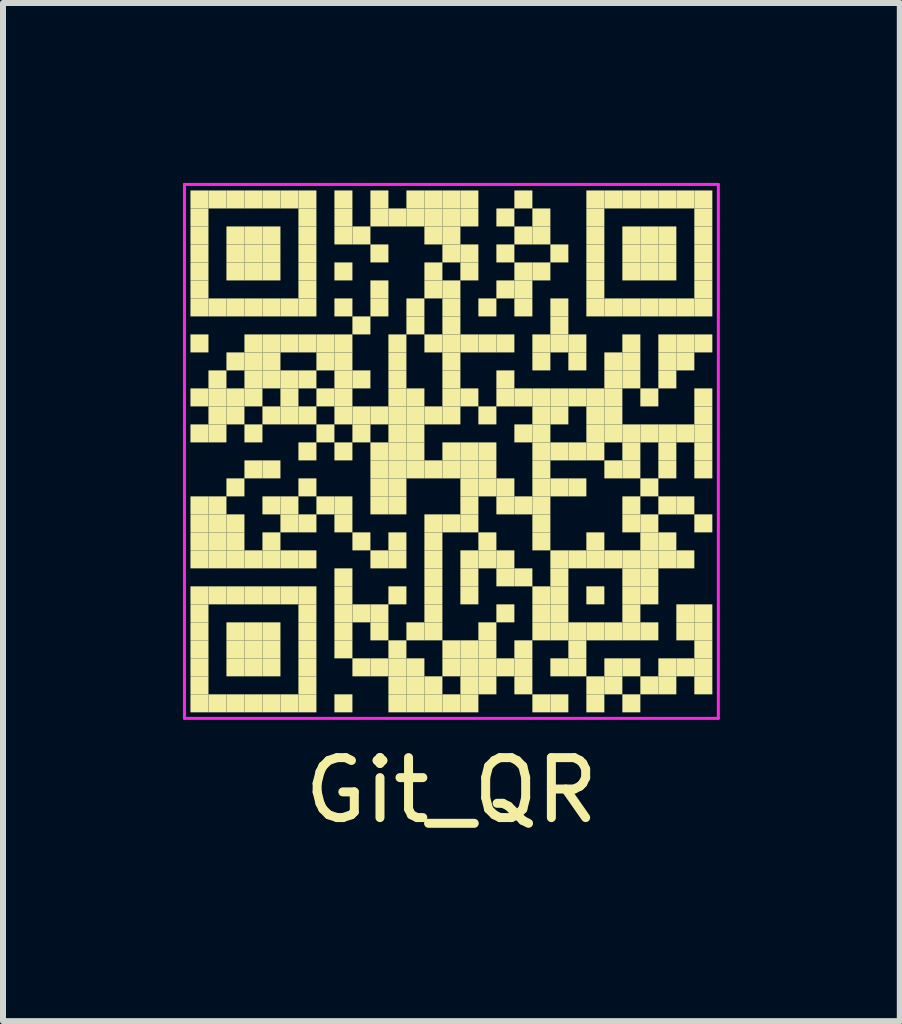
<source format=kicad_pcb>
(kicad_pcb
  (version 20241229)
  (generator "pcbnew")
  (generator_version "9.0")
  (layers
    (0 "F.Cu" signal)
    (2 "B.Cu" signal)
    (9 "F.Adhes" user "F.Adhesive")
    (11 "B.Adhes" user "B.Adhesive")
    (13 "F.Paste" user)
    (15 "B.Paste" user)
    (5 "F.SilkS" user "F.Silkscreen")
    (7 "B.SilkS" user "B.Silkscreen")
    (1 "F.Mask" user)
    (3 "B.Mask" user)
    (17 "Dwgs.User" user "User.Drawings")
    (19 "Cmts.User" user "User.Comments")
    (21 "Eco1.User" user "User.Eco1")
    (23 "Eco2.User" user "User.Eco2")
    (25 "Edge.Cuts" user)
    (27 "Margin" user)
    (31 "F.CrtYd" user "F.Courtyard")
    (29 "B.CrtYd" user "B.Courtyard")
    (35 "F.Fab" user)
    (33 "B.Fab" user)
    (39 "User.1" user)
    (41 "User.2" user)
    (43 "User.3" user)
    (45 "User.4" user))
  (footprint "Git_QR"
    (layer "F.Cu")
    (at 4.475 4.475)
    (property "Reference" "Git_QR" (at 0 5.65 0) (layer "F.SilkS") (effects (font (size 1 1) (thickness 0.15))))
    (attr board_only)
    (fp_rect (start -4.35 -4.35) (end -4.05 -4.05) (stroke (width 0) (type default)) (fill yes) (layer "F.SilkS"))
    (fp_rect (start -4.35 -4.05) (end -4.05 -3.75) (stroke (width 0) (type default)) (fill yes) (layer "F.SilkS"))
    (fp_rect (start -4.35 -3.75) (end -4.05 -3.45) (stroke (width 0) (type default)) (fill yes) (layer "F.SilkS"))
    (fp_rect (start -4.35 -3.45) (end -4.05 -3.15) (stroke (width 0) (type default)) (fill yes) (layer "F.SilkS"))
    (fp_rect (start -4.35 -3.15) (end -4.05 -2.85) (stroke (width 0) (type default)) (fill yes) (layer "F.SilkS"))
    (fp_rect (start -4.35 -2.85) (end -4.05 -2.55) (stroke (width 0) (type default)) (fill yes) (layer "F.SilkS"))
    (fp_rect (start -4.35 -2.55) (end -4.05 -2.25) (stroke (width 0) (type default)) (fill yes) (layer "F.SilkS"))
    (fp_rect (start -4.35 -1.95) (end -4.05 -1.65) (stroke (width 0) (type default)) (fill yes) (layer "F.SilkS"))
    (fp_rect (start -4.35 -1.05) (end -4.05 -0.75) (stroke (width 0) (type default)) (fill yes) (layer "F.SilkS"))
    (fp_rect (start -4.35 -0.45) (end -4.05 -0.15) (stroke (width 0) (type default)) (fill yes) (layer "F.SilkS"))
    (fp_rect (start -4.35 0.75) (end -4.05 1.05) (stroke (width 0) (type default)) (fill yes) (layer "F.SilkS"))
    (fp_rect (start -4.35 1.05) (end -4.05 1.35) (stroke (width 0) (type default)) (fill yes) (layer "F.SilkS"))
    (fp_rect (start -4.35 1.35) (end -4.05 1.65) (stroke (width 0) (type default)) (fill yes) (layer "F.SilkS"))
    (fp_rect (start -4.35 1.65) (end -4.05 1.95) (stroke (width 0) (type default)) (fill yes) (layer "F.SilkS"))
    (fp_rect (start -4.35 2.25) (end -4.05 2.55) (stroke (width 0) (type default)) (fill yes) (layer "F.SilkS"))
    (fp_rect (start -4.35 2.55) (end -4.05 2.85) (stroke (width 0) (type default)) (fill yes) (layer "F.SilkS"))
    (fp_rect (start -4.35 2.85) (end -4.05 3.15) (stroke (width 0) (type default)) (fill yes) (layer "F.SilkS"))
    (fp_rect (start -4.35 3.15) (end -4.05 3.45) (stroke (width 0) (type default)) (fill yes) (layer "F.SilkS"))
    (fp_rect (start -4.35 3.45) (end -4.05 3.75) (stroke (width 0) (type default)) (fill yes) (layer "F.SilkS"))
    (fp_rect (start -4.35 3.75) (end -4.05 4.05) (stroke (width 0) (type default)) (fill yes) (layer "F.SilkS"))
    (fp_rect (start -4.35 4.05) (end -4.05 4.35) (stroke (width 0) (type default)) (fill yes) (layer "F.SilkS"))
    (fp_rect (start -4.05 -4.35) (end -3.75 -4.05) (stroke (width 0) (type default)) (fill yes) (layer "F.SilkS"))
    (fp_rect (start -4.05 -2.55) (end -3.75 -2.25) (stroke (width 0) (type default)) (fill yes) (layer "F.SilkS"))
    (fp_rect (start -4.05 -1.35) (end -3.75 -1.05) (stroke (width 0) (type default)) (fill yes) (layer "F.SilkS"))
    (fp_rect (start -4.05 -1.05) (end -3.75 -0.75) (stroke (width 0) (type default)) (fill yes) (layer "F.SilkS"))
    (fp_rect (start -4.05 -0.75) (end -3.75 -0.45) (stroke (width 0) (type default)) (fill yes) (layer "F.SilkS"))
    (fp_rect (start -4.05 -0.45) (end -3.75 -0.15) (stroke (width 0) (type default)) (fill yes) (layer "F.SilkS"))
    (fp_rect (start -4.05 0.75) (end -3.75 1.05) (stroke (width 0) (type default)) (fill yes) (layer "F.SilkS"))
    (fp_rect (start -4.05 1.05) (end -3.75 1.35) (stroke (width 0) (type default)) (fill yes) (layer "F.SilkS"))
    (fp_rect (start -4.05 1.35) (end -3.75 1.65) (stroke (width 0) (type default)) (fill yes) (layer "F.SilkS"))
    (fp_rect (start -4.05 1.65) (end -3.75 1.95) (stroke (width 0) (type default)) (fill yes) (layer "F.SilkS"))
    (fp_rect (start -4.05 2.25) (end -3.75 2.55) (stroke (width 0) (type default)) (fill yes) (layer "F.SilkS"))
    (fp_rect (start -4.05 4.05) (end -3.75 4.35) (stroke (width 0) (type default)) (fill yes) (layer "F.SilkS"))
    (fp_rect (start -3.75 -4.35) (end -3.45 -4.05) (stroke (width 0) (type default)) (fill yes) (layer "F.SilkS"))
    (fp_rect (start -3.75 -3.75) (end -3.45 -3.45) (stroke (width 0) (type default)) (fill yes) (layer "F.SilkS"))
    (fp_rect (start -3.75 -3.45) (end -3.45 -3.15) (stroke (width 0) (type default)) (fill yes) (layer "F.SilkS"))
    (fp_rect (start -3.75 -3.15) (end -3.45 -2.85) (stroke (width 0) (type default)) (fill yes) (layer "F.SilkS"))
    (fp_rect (start -3.75 -2.55) (end -3.45 -2.25) (stroke (width 0) (type default)) (fill yes) (layer "F.SilkS"))
    (fp_rect (start -3.75 -1.65) (end -3.45 -1.35) (stroke (width 0) (type default)) (fill yes) (layer "F.SilkS"))
    (fp_rect (start -3.75 -1.05) (end -3.45 -0.75) (stroke (width 0) (type default)) (fill yes) (layer "F.SilkS"))
    (fp_rect (start -3.75 -0.75) (end -3.45 -0.45) (stroke (width 0) (type default)) (fill yes) (layer "F.SilkS"))
    (fp_rect (start -3.75 0.45) (end -3.45 0.75) (stroke (width 0) (type default)) (fill yes) (layer "F.SilkS"))
    (fp_rect (start -3.75 1.05) (end -3.45 1.35) (stroke (width 0) (type default)) (fill yes) (layer "F.SilkS"))
    (fp_rect (start -3.75 1.35) (end -3.45 1.65) (stroke (width 0) (type default)) (fill yes) (layer "F.SilkS"))
    (fp_rect (start -3.75 1.65) (end -3.45 1.95) (stroke (width 0) (type default)) (fill yes) (layer "F.SilkS"))
    (fp_rect (start -3.75 2.25) (end -3.45 2.55) (stroke (width 0) (type default)) (fill yes) (layer "F.SilkS"))
    (fp_rect (start -3.75 2.85) (end -3.45 3.15) (stroke (width 0) (type default)) (fill yes) (layer "F.SilkS"))
    (fp_rect (start -3.75 3.15) (end -3.45 3.45) (stroke (width 0) (type default)) (fill yes) (layer "F.SilkS"))
    (fp_rect (start -3.75 3.45) (end -3.45 3.75) (stroke (width 0) (type default)) (fill yes) (layer "F.SilkS"))
    (fp_rect (start -3.75 4.05) (end -3.45 4.35) (stroke (width 0) (type default)) (fill yes) (layer "F.SilkS"))
    (fp_rect (start -3.45 -4.35) (end -3.15 -4.05) (stroke (width 0) (type default)) (fill yes) (layer "F.SilkS"))
    (fp_rect (start -3.45 -3.75) (end -3.15 -3.45) (stroke (width 0) (type default)) (fill yes) (layer "F.SilkS"))
    (fp_rect (start -3.45 -3.45) (end -3.15 -3.15) (stroke (width 0) (type default)) (fill yes) (layer "F.SilkS"))
    (fp_rect (start -3.45 -3.15) (end -3.15 -2.85) (stroke (width 0) (type default)) (fill yes) (layer "F.SilkS"))
    (fp_rect (start -3.45 -2.55) (end -3.15 -2.25) (stroke (width 0) (type default)) (fill yes) (layer "F.SilkS"))
    (fp_rect (start -3.45 -1.95) (end -3.15 -1.65) (stroke (width 0) (type default)) (fill yes) (layer "F.SilkS"))
    (fp_rect (start -3.45 -1.65) (end -3.15 -1.35) (stroke (width 0) (type default)) (fill yes) (layer "F.SilkS"))
    (fp_rect (start -3.45 -1.35) (end -3.15 -1.05) (stroke (width 0) (type default)) (fill yes) (layer "F.SilkS"))
    (fp_rect (start -3.45 -1.05) (end -3.15 -0.75) (stroke (width 0) (type default)) (fill yes) (layer "F.SilkS"))
    (fp_rect (start -3.45 -0.45) (end -3.15 -0.15) (stroke (width 0) (type default)) (fill yes) (layer "F.SilkS"))
    (fp_rect (start -3.45 0.15) (end -3.15 0.45) (stroke (width 0) (type default)) (fill yes) (layer "F.SilkS"))
    (fp_rect (start -3.45 1.65) (end -3.15 1.95) (stroke (width 0) (type default)) (fill yes) (layer "F.SilkS"))
    (fp_rect (start -3.45 2.25) (end -3.15 2.55) (stroke (width 0) (type default)) (fill yes) (layer "F.SilkS"))
    (fp_rect (start -3.45 2.85) (end -3.15 3.15) (stroke (width 0) (type default)) (fill yes) (layer "F.SilkS"))
    (fp_rect (start -3.45 3.15) (end -3.15 3.45) (stroke (width 0) (type default)) (fill yes) (layer "F.SilkS"))
    (fp_rect (start -3.45 3.45) (end -3.15 3.75) (stroke (width 0) (type default)) (fill yes) (layer "F.SilkS"))
    (fp_rect (start -3.45 4.05) (end -3.15 4.35) (stroke (width 0) (type default)) (fill yes) (layer "F.SilkS"))
    (fp_rect (start -3.15 -4.35) (end -2.85 -4.05) (stroke (width 0) (type default)) (fill yes) (layer "F.SilkS"))
    (fp_rect (start -3.15 -3.75) (end -2.85 -3.45) (stroke (width 0) (type default)) (fill yes) (layer "F.SilkS"))
    (fp_rect (start -3.15 -3.45) (end -2.85 -3.15) (stroke (width 0) (type default)) (fill yes) (layer "F.SilkS"))
    (fp_rect (start -3.15 -3.15) (end -2.85 -2.85) (stroke (width 0) (type default)) (fill yes) (layer "F.SilkS"))
    (fp_rect (start -3.15 -2.55) (end -2.85 -2.25) (stroke (width 0) (type default)) (fill yes) (layer "F.SilkS"))
    (fp_rect (start -3.15 -1.95) (end -2.85 -1.65) (stroke (width 0) (type default)) (fill yes) (layer "F.SilkS"))
    (fp_rect (start -3.15 -1.65) (end -2.85 -1.35) (stroke (width 0) (type default)) (fill yes) (layer "F.SilkS"))
    (fp_rect (start -3.15 -1.35) (end -2.85 -1.05) (stroke (width 0) (type default)) (fill yes) (layer "F.SilkS"))
    (fp_rect (start -3.15 -0.75) (end -2.85 -0.45) (stroke (width 0) (type default)) (fill yes) (layer "F.SilkS"))
    (fp_rect (start -3.15 0.15) (end -2.85 0.45) (stroke (width 0) (type default)) (fill yes) (layer "F.SilkS"))
    (fp_rect (start -3.15 0.75) (end -2.85 1.05) (stroke (width 0) (type default)) (fill yes) (layer "F.SilkS"))
    (fp_rect (start -3.15 1.35) (end -2.85 1.65) (stroke (width 0) (type default)) (fill yes) (layer "F.SilkS"))
    (fp_rect (start -3.15 1.65) (end -2.85 1.95) (stroke (width 0) (type default)) (fill yes) (layer "F.SilkS"))
    (fp_rect (start -3.15 2.25) (end -2.85 2.55) (stroke (width 0) (type default)) (fill yes) (layer "F.SilkS"))
    (fp_rect (start -3.15 2.85) (end -2.85 3.15) (stroke (width 0) (type default)) (fill yes) (layer "F.SilkS"))
    (fp_rect (start -3.15 3.15) (end -2.85 3.45) (stroke (width 0) (type default)) (fill yes) (layer "F.SilkS"))
    (fp_rect (start -3.15 3.45) (end -2.85 3.75) (stroke (width 0) (type default)) (fill yes) (layer "F.SilkS"))
    (fp_rect (start -3.15 4.05) (end -2.85 4.35) (stroke (width 0) (type default)) (fill yes) (layer "F.SilkS"))
    (fp_rect (start -2.85 -4.35) (end -2.55 -4.05) (stroke (width 0) (type default)) (fill yes) (layer "F.SilkS"))
    (fp_rect (start -2.85 -2.55) (end -2.55 -2.25) (stroke (width 0) (type default)) (fill yes) (layer "F.SilkS"))
    (fp_rect (start -2.85 -1.95) (end -2.55 -1.65) (stroke (width 0) (type default)) (fill yes) (layer "F.SilkS"))
    (fp_rect (start -2.85 -1.35) (end -2.55 -1.05) (stroke (width 0) (type default)) (fill yes) (layer "F.SilkS"))
    (fp_rect (start -2.85 -1.05) (end -2.55 -0.75) (stroke (width 0) (type default)) (fill yes) (layer "F.SilkS"))
    (fp_rect (start -2.85 -0.75) (end -2.55 -0.45) (stroke (width 0) (type default)) (fill yes) (layer "F.SilkS"))
    (fp_rect (start -2.85 0.75) (end -2.55 1.05) (stroke (width 0) (type default)) (fill yes) (layer "F.SilkS"))
    (fp_rect (start -2.85 1.05) (end -2.55 1.35) (stroke (width 0) (type default)) (fill yes) (layer "F.SilkS"))
    (fp_rect (start -2.85 1.65) (end -2.55 1.95) (stroke (width 0) (type default)) (fill yes) (layer "F.SilkS"))
    (fp_rect (start -2.85 2.25) (end -2.55 2.55) (stroke (width 0) (type default)) (fill yes) (layer "F.SilkS"))
    (fp_rect (start -2.85 4.05) (end -2.55 4.35) (stroke (width 0) (type default)) (fill yes) (layer "F.SilkS"))
    (fp_rect (start -2.55 -4.35) (end -2.25 -4.05) (stroke (width 0) (type default)) (fill yes) (layer "F.SilkS"))
    (fp_rect (start -2.55 -4.05) (end -2.25 -3.75) (stroke (width 0) (type default)) (fill yes) (layer "F.SilkS"))
    (fp_rect (start -2.55 -3.75) (end -2.25 -3.45) (stroke (width 0) (type default)) (fill yes) (layer "F.SilkS"))
    (fp_rect (start -2.55 -3.45) (end -2.25 -3.15) (stroke (width 0) (type default)) (fill yes) (layer "F.SilkS"))
    (fp_rect (start -2.55 -3.15) (end -2.25 -2.85) (stroke (width 0) (type default)) (fill yes) (layer "F.SilkS"))
    (fp_rect (start -2.55 -2.85) (end -2.25 -2.55) (stroke (width 0) (type default)) (fill yes) (layer "F.SilkS"))
    (fp_rect (start -2.55 -2.55) (end -2.25 -2.25) (stroke (width 0) (type default)) (fill yes) (layer "F.SilkS"))
    (fp_rect (start -2.55 -1.95) (end -2.25 -1.65) (stroke (width 0) (type default)) (fill yes) (layer "F.SilkS"))
    (fp_rect (start -2.55 -1.35) (end -2.25 -1.05) (stroke (width 0) (type default)) (fill yes) (layer "F.SilkS"))
    (fp_rect (start -2.55 -0.75) (end -2.25 -0.45) (stroke (width 0) (type default)) (fill yes) (layer "F.SilkS"))
    (fp_rect (start -2.55 -0.15) (end -2.25 0.15) (stroke (width 0) (type default)) (fill yes) (layer "F.SilkS"))
    (fp_rect (start -2.55 0.45) (end -2.25 0.75) (stroke (width 0) (type default)) (fill yes) (layer "F.SilkS"))
    (fp_rect (start -2.55 1.05) (end -2.25 1.35) (stroke (width 0) (type default)) (fill yes) (layer "F.SilkS"))
    (fp_rect (start -2.55 1.65) (end -2.25 1.95) (stroke (width 0) (type default)) (fill yes) (layer "F.SilkS"))
    (fp_rect (start -2.55 2.25) (end -2.25 2.55) (stroke (width 0) (type default)) (fill yes) (layer "F.SilkS"))
    (fp_rect (start -2.55 2.55) (end -2.25 2.85) (stroke (width 0) (type default)) (fill yes) (layer "F.SilkS"))
    (fp_rect (start -2.55 2.85) (end -2.25 3.15) (stroke (width 0) (type default)) (fill yes) (layer "F.SilkS"))
    (fp_rect (start -2.55 3.15) (end -2.25 3.45) (stroke (width 0) (type default)) (fill yes) (layer "F.SilkS"))
    (fp_rect (start -2.55 3.45) (end -2.25 3.75) (stroke (width 0) (type default)) (fill yes) (layer "F.SilkS"))
    (fp_rect (start -2.55 3.75) (end -2.25 4.05) (stroke (width 0) (type default)) (fill yes) (layer "F.SilkS"))
    (fp_rect (start -2.55 4.05) (end -2.25 4.35) (stroke (width 0) (type default)) (fill yes) (layer "F.SilkS"))
    (fp_rect (start -2.25 -1.95) (end -1.95 -1.65) (stroke (width 0) (type default)) (fill yes) (layer "F.SilkS"))
    (fp_rect (start -2.25 -1.65) (end -1.95 -1.35) (stroke (width 0) (type default)) (fill yes) (layer "F.SilkS"))
    (fp_rect (start -2.25 -1.05) (end -1.95 -0.75) (stroke (width 0) (type default)) (fill yes) (layer "F.SilkS"))
    (fp_rect (start -2.25 -0.45) (end -1.95 -0.15) (stroke (width 0) (type default)) (fill yes) (layer "F.SilkS"))
    (fp_rect (start -2.25 0.75) (end -1.95 1.05) (stroke (width 0) (type default)) (fill yes) (layer "F.SilkS"))
    (fp_rect (start -1.95 -4.35) (end -1.65 -4.05) (stroke (width 0) (type default)) (fill yes) (layer "F.SilkS"))
    (fp_rect (start -1.95 -4.05) (end -1.65 -3.75) (stroke (width 0) (type default)) (fill yes) (layer "F.SilkS"))
    (fp_rect (start -1.95 -3.75) (end -1.65 -3.45) (stroke (width 0) (type default)) (fill yes) (layer "F.SilkS"))
    (fp_rect (start -1.95 -3.15) (end -1.65 -2.85) (stroke (width 0) (type default)) (fill yes) (layer "F.SilkS"))
    (fp_rect (start -1.95 -2.55) (end -1.65 -2.25) (stroke (width 0) (type default)) (fill yes) (layer "F.SilkS"))
    (fp_rect (start -1.95 -1.95) (end -1.65 -1.65) (stroke (width 0) (type default)) (fill yes) (layer "F.SilkS"))
    (fp_rect (start -1.95 -1.65) (end -1.65 -1.35) (stroke (width 0) (type default)) (fill yes) (layer "F.SilkS"))
    (fp_rect (start -1.95 -1.35) (end -1.65 -1.05) (stroke (width 0) (type default)) (fill yes) (layer "F.SilkS"))
    (fp_rect (start -1.95 -1.05) (end -1.65 -0.75) (stroke (width 0) (type default)) (fill yes) (layer "F.SilkS"))
    (fp_rect (start -1.95 -0.75) (end -1.65 -0.45) (stroke (width 0) (type default)) (fill yes) (layer "F.SilkS"))
    (fp_rect (start -1.95 -0.15) (end -1.65 0.15) (stroke (width 0) (type default)) (fill yes) (layer "F.SilkS"))
    (fp_rect (start -1.95 0.75) (end -1.65 1.05) (stroke (width 0) (type default)) (fill yes) (layer "F.SilkS"))
    (fp_rect (start -1.95 1.05) (end -1.65 1.35) (stroke (width 0) (type default)) (fill yes) (layer "F.SilkS"))
    (fp_rect (start -1.95 1.95) (end -1.65 2.25) (stroke (width 0) (type default)) (fill yes) (layer "F.SilkS"))
    (fp_rect (start -1.95 2.25) (end -1.65 2.55) (stroke (width 0) (type default)) (fill yes) (layer "F.SilkS"))
    (fp_rect (start -1.95 2.55) (end -1.65 2.85) (stroke (width 0) (type default)) (fill yes) (layer "F.SilkS"))
    (fp_rect (start -1.95 2.85) (end -1.65 3.15) (stroke (width 0) (type default)) (fill yes) (layer "F.SilkS"))
    (fp_rect (start -1.95 3.15) (end -1.65 3.45) (stroke (width 0) (type default)) (fill yes) (layer "F.SilkS"))
    (fp_rect (start -1.95 4.05) (end -1.65 4.35) (stroke (width 0) (type default)) (fill yes) (layer "F.SilkS"))
    (fp_rect (start -1.65 -3.75) (end -1.35 -3.45) (stroke (width 0) (type default)) (fill yes) (layer "F.SilkS"))
    (fp_rect (start -1.65 -2.25) (end -1.35 -1.95) (stroke (width 0) (type default)) (fill yes) (layer "F.SilkS"))
    (fp_rect (start -1.65 -1.35) (end -1.35 -1.05) (stroke (width 0) (type default)) (fill yes) (layer "F.SilkS"))
    (fp_rect (start -1.65 -0.75) (end -1.35 -0.45) (stroke (width 0) (type default)) (fill yes) (layer "F.SilkS"))
    (fp_rect (start -1.65 -0.45) (end -1.35 -0.15) (stroke (width 0) (type default)) (fill yes) (layer "F.SilkS"))
    (fp_rect (start -1.65 1.35) (end -1.35 1.65) (stroke (width 0) (type default)) (fill yes) (layer "F.SilkS"))
    (fp_rect (start -1.65 2.55) (end -1.35 2.85) (stroke (width 0) (type default)) (fill yes) (layer "F.SilkS"))
    (fp_rect (start -1.65 3.45) (end -1.35 3.75) (stroke (width 0) (type default)) (fill yes) (layer "F.SilkS"))
    (fp_rect (start -1.35 -4.35) (end -1.05 -4.05) (stroke (width 0) (type default)) (fill yes) (layer "F.SilkS"))
    (fp_rect (start -1.35 -4.05) (end -1.05 -3.75) (stroke (width 0) (type default)) (fill yes) (layer "F.SilkS"))
    (fp_rect (start -1.35 -3.45) (end -1.05 -3.15) (stroke (width 0) (type default)) (fill yes) (layer "F.SilkS"))
    (fp_rect (start -1.35 -2.85) (end -1.05 -2.55) (stroke (width 0) (type default)) (fill yes) (layer "F.SilkS"))
    (fp_rect (start -1.35 -2.55) (end -1.05 -2.25) (stroke (width 0) (type default)) (fill yes) (layer "F.SilkS"))
    (fp_rect (start -1.35 -0.75) (end -1.05 -0.45) (stroke (width 0) (type default)) (fill yes) (layer "F.SilkS"))
    (fp_rect (start -1.35 -0.15) (end -1.05 0.15) (stroke (width 0) (type default)) (fill yes) (layer "F.SilkS"))
    (fp_rect (start -1.35 0.15) (end -1.05 0.45) (stroke (width 0) (type default)) (fill yes) (layer "F.SilkS"))
    (fp_rect (start -1.35 0.45) (end -1.05 0.75) (stroke (width 0) (type default)) (fill yes) (layer "F.SilkS"))
    (fp_rect (start -1.35 0.75) (end -1.05 1.05) (stroke (width 0) (type default)) (fill yes) (layer "F.SilkS"))
    (fp_rect (start -1.35 1.65) (end -1.05 1.95) (stroke (width 0) (type default)) (fill yes) (layer "F.SilkS"))
    (fp_rect (start -1.35 2.55) (end -1.05 2.85) (stroke (width 0) (type default)) (fill yes) (layer "F.SilkS"))
    (fp_rect (start -1.35 2.85) (end -1.05 3.15) (stroke (width 0) (type default)) (fill yes) (layer "F.SilkS"))
    (fp_rect (start -1.35 3.45) (end -1.05 3.75) (stroke (width 0) (type default)) (fill yes) (layer "F.SilkS"))
    (fp_rect (start -1.05 -4.05) (end -0.75 -3.75) (stroke (width 0) (type default)) (fill yes) (layer "F.SilkS"))
    (fp_rect (start -1.05 -1.95) (end -0.75 -1.65) (stroke (width 0) (type default)) (fill yes) (layer "F.SilkS"))
    (fp_rect (start -1.05 -1.65) (end -0.75 -1.35) (stroke (width 0) (type default)) (fill yes) (layer "F.SilkS"))
    (fp_rect (start -1.05 -1.35) (end -0.75 -1.05) (stroke (width 0) (type default)) (fill yes) (layer "F.SilkS"))
    (fp_rect (start -1.05 -1.05) (end -0.75 -0.75) (stroke (width 0) (type default)) (fill yes) (layer "F.SilkS"))
    (fp_rect (start -1.05 -0.75) (end -0.75 -0.45) (stroke (width 0) (type default)) (fill yes) (layer "F.SilkS"))
    (fp_rect (start -1.05 -0.45) (end -0.75 -0.15) (stroke (width 0) (type default)) (fill yes) (layer "F.SilkS"))
    (fp_rect (start -1.05 -0.15) (end -0.75 0.15) (stroke (width 0) (type default)) (fill yes) (layer "F.SilkS"))
    (fp_rect (start -1.05 0.15) (end -0.75 0.45) (stroke (width 0) (type default)) (fill yes) (layer "F.SilkS"))
    (fp_rect (start -1.05 0.45) (end -0.75 0.75) (stroke (width 0) (type default)) (fill yes) (layer "F.SilkS"))
    (fp_rect (start -1.05 0.75) (end -0.75 1.05) (stroke (width 0) (type default)) (fill yes) (layer "F.SilkS"))
    (fp_rect (start -1.05 1.35) (end -0.75 1.65) (stroke (width 0) (type default)) (fill yes) (layer "F.SilkS"))
    (fp_rect (start -1.05 1.65) (end -0.75 1.95) (stroke (width 0) (type default)) (fill yes) (layer "F.SilkS"))
    (fp_rect (start -1.05 2.25) (end -0.75 2.55) (stroke (width 0) (type default)) (fill yes) (layer "F.SilkS"))
    (fp_rect (start -1.05 3.15) (end -0.75 3.45) (stroke (width 0) (type default)) (fill yes) (layer "F.SilkS"))
    (fp_rect (start -1.05 3.45) (end -0.75 3.75) (stroke (width 0) (type default)) (fill yes) (layer "F.SilkS"))
    (fp_rect (start -1.05 3.75) (end -0.75 4.05) (stroke (width 0) (type default)) (fill yes) (layer "F.SilkS"))
    (fp_rect (start -1.05 4.05) (end -0.75 4.35) (stroke (width 0) (type default)) (fill yes) (layer "F.SilkS"))
    (fp_rect (start -0.75 -4.35) (end -0.45 -4.05) (stroke (width 0) (type default)) (fill yes) (layer "F.SilkS"))
    (fp_rect (start -0.75 -4.05) (end -0.45 -3.75) (stroke (width 0) (type default)) (fill yes) (layer "F.SilkS"))
    (fp_rect (start -0.75 -2.55) (end -0.45 -2.25) (stroke (width 0) (type default)) (fill yes) (layer "F.SilkS"))
    (fp_rect (start -0.75 -2.25) (end -0.45 -1.95) (stroke (width 0) (type default)) (fill yes) (layer "F.SilkS"))
    (fp_rect (start -0.75 -1.05) (end -0.45 -0.75) (stroke (width 0) (type default)) (fill yes) (layer "F.SilkS"))
    (fp_rect (start -0.75 -0.75) (end -0.45 -0.45) (stroke (width 0) (type default)) (fill yes) (layer "F.SilkS"))
    (fp_rect (start -0.75 -0.45) (end -0.45 -0.15) (stroke (width 0) (type default)) (fill yes) (layer "F.SilkS"))
    (fp_rect (start -0.75 -0.15) (end -0.45 0.15) (stroke (width 0) (type default)) (fill yes) (layer "F.SilkS"))
    (fp_rect (start -0.75 0.15) (end -0.45 0.45) (stroke (width 0) (type default)) (fill yes) (layer "F.SilkS"))
    (fp_rect (start -0.75 2.85) (end -0.45 3.15) (stroke (width 0) (type default)) (fill yes) (layer "F.SilkS"))
    (fp_rect (start -0.75 3.45) (end -0.45 3.75) (stroke (width 0) (type default)) (fill yes) (layer "F.SilkS"))
    (fp_rect (start -0.75 3.75) (end -0.45 4.05) (stroke (width 0) (type default)) (fill yes) (layer "F.SilkS"))
    (fp_rect (start -0.75 4.05) (end -0.45 4.35) (stroke (width 0) (type default)) (fill yes) (layer "F.SilkS"))
    (fp_rect (start -0.45 -4.35) (end -0.15 -4.05) (stroke (width 0) (type default)) (fill yes) (layer "F.SilkS"))
    (fp_rect (start -0.45 -4.05) (end -0.15 -3.75) (stroke (width 0) (type default)) (fill yes) (layer "F.SilkS"))
    (fp_rect (start -0.45 -3.75) (end -0.15 -3.45) (stroke (width 0) (type default)) (fill yes) (layer "F.SilkS"))
    (fp_rect (start -0.45 -3.15) (end -0.15 -2.85) (stroke (width 0) (type default)) (fill yes) (layer "F.SilkS"))
    (fp_rect (start -0.45 -2.85) (end -0.15 -2.55) (stroke (width 0) (type default)) (fill yes) (layer "F.SilkS"))
    (fp_rect (start -0.45 -1.95) (end -0.15 -1.65) (stroke (width 0) (type default)) (fill yes) (layer "F.SilkS"))
    (fp_rect (start -0.45 -0.75) (end -0.15 -0.45) (stroke (width 0) (type default)) (fill yes) (layer "F.SilkS"))
    (fp_rect (start -0.45 0.15) (end -0.15 0.45) (stroke (width 0) (type default)) (fill yes) (layer "F.SilkS"))
    (fp_rect (start -0.45 1.05) (end -0.15 1.35) (stroke (width 0) (type default)) (fill yes) (layer "F.SilkS"))
    (fp_rect (start -0.45 1.35) (end -0.15 1.65) (stroke (width 0) (type default)) (fill yes) (layer "F.SilkS"))
    (fp_rect (start -0.45 1.65) (end -0.15 1.95) (stroke (width 0) (type default)) (fill yes) (layer "F.SilkS"))
    (fp_rect (start -0.45 1.95) (end -0.15 2.25) (stroke (width 0) (type default)) (fill yes) (layer "F.SilkS"))
    (fp_rect (start -0.45 2.25) (end -0.15 2.55) (stroke (width 0) (type default)) (fill yes) (layer "F.SilkS"))
    (fp_rect (start -0.45 2.55) (end -0.15 2.85) (stroke (width 0) (type default)) (fill yes) (layer "F.SilkS"))
    (fp_rect (start -0.45 2.85) (end -0.15 3.15) (stroke (width 0) (type default)) (fill yes) (layer "F.SilkS"))
    (fp_rect (start -0.45 3.75) (end -0.15 4.05) (stroke (width 0) (type default)) (fill yes) (layer "F.SilkS"))
    (fp_rect (start -0.45 4.05) (end -0.15 4.35) (stroke (width 0) (type default)) (fill yes) (layer "F.SilkS"))
    (fp_rect (start -0.15 -4.35) (end 0.15 -4.05) (stroke (width 0) (type default)) (fill yes) (layer "F.SilkS"))
    (fp_rect (start -0.15 -4.05) (end 0.15 -3.75) (stroke (width 0) (type default)) (fill yes) (layer "F.SilkS"))
    (fp_rect (start -0.15 -3.75) (end 0.15 -3.45) (stroke (width 0) (type default)) (fill yes) (layer "F.SilkS"))
    (fp_rect (start -0.15 -3.45) (end 0.15 -3.15) (stroke (width 0) (type default)) (fill yes) (layer "F.SilkS"))
    (fp_rect (start -0.15 -2.85) (end 0.15 -2.55) (stroke (width 0) (type default)) (fill yes) (layer "F.SilkS"))
    (fp_rect (start -0.15 -2.55) (end 0.15 -2.25) (stroke (width 0) (type default)) (fill yes) (layer "F.SilkS"))
    (fp_rect (start -0.15 -2.25) (end 0.15 -1.95) (stroke (width 0) (type default)) (fill yes) (layer "F.SilkS"))
    (fp_rect (start -0.15 -1.95) (end 0.15 -1.65) (stroke (width 0) (type default)) (fill yes) (layer "F.SilkS"))
    (fp_rect (start -0.15 -1.65) (end 0.15 -1.35) (stroke (width 0) (type default)) (fill yes) (layer "F.SilkS"))
    (fp_rect (start -0.15 -1.35) (end 0.15 -1.05) (stroke (width 0) (type default)) (fill yes) (layer "F.SilkS"))
    (fp_rect (start -0.15 -1.05) (end 0.15 -0.75) (stroke (width 0) (type default)) (fill yes) (layer "F.SilkS"))
    (fp_rect (start -0.15 -0.75) (end 0.15 -0.45) (stroke (width 0) (type default)) (fill yes) (layer "F.SilkS"))
    (fp_rect (start -0.15 -0.15) (end 0.15 0.15) (stroke (width 0) (type default)) (fill yes) (layer "F.SilkS"))
    (fp_rect (start -0.15 0.15) (end 0.15 0.45) (stroke (width 0) (type default)) (fill yes) (layer "F.SilkS"))
    (fp_rect (start -0.15 1.05) (end 0.15 1.35) (stroke (width 0) (type default)) (fill yes) (layer "F.SilkS"))
    (fp_rect (start -0.15 3.15) (end 0.15 3.45) (stroke (width 0) (type default)) (fill yes) (layer "F.SilkS"))
    (fp_rect (start -0.15 3.45) (end 0.15 3.75) (stroke (width 0) (type default)) (fill yes) (layer "F.SilkS"))
    (fp_rect (start -0.15 4.05) (end 0.15 4.35) (stroke (width 0) (type default)) (fill yes) (layer "F.SilkS"))
    (fp_rect (start 0.15 -4.35) (end 0.45 -4.05) (stroke (width 0) (type default)) (fill yes) (layer "F.SilkS"))
    (fp_rect (start 0.15 -4.05) (end 0.45 -3.75) (stroke (width 0) (type default)) (fill yes) (layer "F.SilkS"))
    (fp_rect (start 0.15 -3.45) (end 0.45 -3.15) (stroke (width 0) (type default)) (fill yes) (layer "F.SilkS"))
    (fp_rect (start 0.15 -3.15) (end 0.45 -2.85) (stroke (width 0) (type default)) (fill yes) (layer "F.SilkS"))
    (fp_rect (start 0.15 -1.95) (end 0.45 -1.65) (stroke (width 0) (type default)) (fill yes) (layer "F.SilkS"))
    (fp_rect (start 0.15 -1.05) (end 0.45 -0.75) (stroke (width 0) (type default)) (fill yes) (layer "F.SilkS"))
    (fp_rect (start 0.15 -0.15) (end 0.45 0.15) (stroke (width 0) (type default)) (fill yes) (layer "F.SilkS"))
    (fp_rect (start 0.15 0.15) (end 0.45 0.45) (stroke (width 0) (type default)) (fill yes) (layer "F.SilkS"))
    (fp_rect (start 0.15 0.45) (end 0.45 0.75) (stroke (width 0) (type default)) (fill yes) (layer "F.SilkS"))
    (fp_rect (start 0.15 0.75) (end 0.45 1.05) (stroke (width 0) (type default)) (fill yes) (layer "F.SilkS"))
    (fp_rect (start 0.15 1.05) (end 0.45 1.35) (stroke (width 0) (type default)) (fill yes) (layer "F.SilkS"))
    (fp_rect (start 0.15 1.65) (end 0.45 1.95) (stroke (width 0) (type default)) (fill yes) (layer "F.SilkS"))
    (fp_rect (start 0.15 1.95) (end 0.45 2.25) (stroke (width 0) (type default)) (fill yes) (layer "F.SilkS"))
    (fp_rect (start 0.15 2.25) (end 0.45 2.55) (stroke (width 0) (type default)) (fill yes) (layer "F.SilkS"))
    (fp_rect (start 0.15 3.15) (end 0.45 3.45) (stroke (width 0) (type default)) (fill yes) (layer "F.SilkS"))
    (fp_rect (start 0.15 3.45) (end 0.45 3.75) (stroke (width 0) (type default)) (fill yes) (layer "F.SilkS"))
    (fp_rect (start 0.15 3.75) (end 0.45 4.05) (stroke (width 0) (type default)) (fill yes) (layer "F.SilkS"))
    (fp_rect (start 0.15 4.05) (end 0.45 4.35) (stroke (width 0) (type default)) (fill yes) (layer "F.SilkS"))
    (fp_rect (start 0.45 -2.55) (end 0.75 -2.25) (stroke (width 0) (type default)) (fill yes) (layer "F.SilkS"))
    (fp_rect (start 0.45 -1.95) (end 0.75 -1.65) (stroke (width 0) (type default)) (fill yes) (layer "F.SilkS"))
    (fp_rect (start 0.45 -0.75) (end 0.75 -0.45) (stroke (width 0) (type default)) (fill yes) (layer "F.SilkS"))
    (fp_rect (start 0.45 -0.15) (end 0.75 0.15) (stroke (width 0) (type default)) (fill yes) (layer "F.SilkS"))
    (fp_rect (start 0.45 0.15) (end 0.75 0.45) (stroke (width 0) (type default)) (fill yes) (layer "F.SilkS"))
    (fp_rect (start 0.45 0.45) (end 0.75 0.75) (stroke (width 0) (type default)) (fill yes) (layer "F.SilkS"))
    (fp_rect (start 0.45 1.35) (end 0.75 1.65) (stroke (width 0) (type default)) (fill yes) (layer "F.SilkS"))
    (fp_rect (start 0.45 1.65) (end 0.75 1.95) (stroke (width 0) (type default)) (fill yes) (layer "F.SilkS"))
    (fp_rect (start 0.45 2.85) (end 0.75 3.15) (stroke (width 0) (type default)) (fill yes) (layer "F.SilkS"))
    (fp_rect (start 0.45 3.15) (end 0.75 3.45) (stroke (width 0) (type default)) (fill yes) (layer "F.SilkS"))
    (fp_rect (start 0.45 3.45) (end 0.75 3.75) (stroke (width 0) (type default)) (fill yes) (layer "F.SilkS"))
    (fp_rect (start 0.45 3.75) (end 0.75 4.05) (stroke (width 0) (type default)) (fill yes) (layer "F.SilkS"))
    (fp_rect (start 0.75 -4.05) (end 1.05 -3.75) (stroke (width 0) (type default)) (fill yes) (layer "F.SilkS"))
    (fp_rect (start 0.75 -3.45) (end 1.05 -3.15) (stroke (width 0) (type default)) (fill yes) (layer "F.SilkS"))
    (fp_rect (start 0.75 -2.85) (end 1.05 -2.55) (stroke (width 0) (type default)) (fill yes) (layer "F.SilkS"))
    (fp_rect (start 0.75 -1.95) (end 1.05 -1.65) (stroke (width 0) (type default)) (fill yes) (layer "F.SilkS"))
    (fp_rect (start 0.75 -1.35) (end 1.05 -1.05) (stroke (width 0) (type default)) (fill yes) (layer "F.SilkS"))
    (fp_rect (start 0.75 -1.05) (end 1.05 -0.75) (stroke (width 0) (type default)) (fill yes) (layer "F.SilkS"))
    (fp_rect (start 0.75 0.45) (end 1.05 0.75) (stroke (width 0) (type default)) (fill yes) (layer "F.SilkS"))
    (fp_rect (start 0.75 0.75) (end 1.05 1.05) (stroke (width 0) (type default)) (fill yes) (layer "F.SilkS"))
    (fp_rect (start 0.75 1.65) (end 1.05 1.95) (stroke (width 0) (type default)) (fill yes) (layer "F.SilkS"))
    (fp_rect (start 0.75 1.95) (end 1.05 2.25) (stroke (width 0) (type default)) (fill yes) (layer "F.SilkS"))
    (fp_rect (start 0.75 2.55) (end 1.05 2.85) (stroke (width 0) (type default)) (fill yes) (layer "F.SilkS"))
    (fp_rect (start 0.75 3.45) (end 1.05 3.75) (stroke (width 0) (type default)) (fill yes) (layer "F.SilkS"))
    (fp_rect (start 1.05 -4.35) (end 1.35 -4.05) (stroke (width 0) (type default)) (fill yes) (layer "F.SilkS"))
    (fp_rect (start 1.05 -3.75) (end 1.35 -3.45) (stroke (width 0) (type default)) (fill yes) (layer "F.SilkS"))
    (fp_rect (start 1.05 -3.15) (end 1.35 -2.85) (stroke (width 0) (type default)) (fill yes) (layer "F.SilkS"))
    (fp_rect (start 1.05 -2.85) (end 1.35 -2.55) (stroke (width 0) (type default)) (fill yes) (layer "F.SilkS"))
    (fp_rect (start 1.05 -2.55) (end 1.35 -2.25) (stroke (width 0) (type default)) (fill yes) (layer "F.SilkS"))
    (fp_rect (start 1.05 -1.05) (end 1.35 -0.75) (stroke (width 0) (type default)) (fill yes) (layer "F.SilkS"))
    (fp_rect (start 1.05 -0.45) (end 1.35 -0.15) (stroke (width 0) (type default)) (fill yes) (layer "F.SilkS"))
    (fp_rect (start 1.05 0.75) (end 1.35 1.05) (stroke (width 0) (type default)) (fill yes) (layer "F.SilkS"))
    (fp_rect (start 1.05 1.95) (end 1.35 2.25) (stroke (width 0) (type default)) (fill yes) (layer "F.SilkS"))
    (fp_rect (start 1.05 3.15) (end 1.35 3.45) (stroke (width 0) (type default)) (fill yes) (layer "F.SilkS"))
    (fp_rect (start 1.05 3.45) (end 1.35 3.75) (stroke (width 0) (type default)) (fill yes) (layer "F.SilkS"))
    (fp_rect (start 1.05 3.75) (end 1.35 4.05) (stroke (width 0) (type default)) (fill yes) (layer "F.SilkS"))
    (fp_rect (start 1.35 -4.05) (end 1.65 -3.75) (stroke (width 0) (type default)) (fill yes) (layer "F.SilkS"))
    (fp_rect (start 1.35 -3.75) (end 1.65 -3.45) (stroke (width 0) (type default)) (fill yes) (layer "F.SilkS"))
    (fp_rect (start 1.35 -3.15) (end 1.65 -2.85) (stroke (width 0) (type default)) (fill yes) (layer "F.SilkS"))
    (fp_rect (start 1.35 -1.95) (end 1.65 -1.65) (stroke (width 0) (type default)) (fill yes) (layer "F.SilkS"))
    (fp_rect (start 1.35 -1.65) (end 1.65 -1.35) (stroke (width 0) (type default)) (fill yes) (layer "F.SilkS"))
    (fp_rect (start 1.35 -1.05) (end 1.65 -0.75) (stroke (width 0) (type default)) (fill yes) (layer "F.SilkS"))
    (fp_rect (start 1.35 -0.75) (end 1.65 -0.45) (stroke (width 0) (type default)) (fill yes) (layer "F.SilkS"))
    (fp_rect (start 1.35 -0.45) (end 1.65 -0.15) (stroke (width 0) (type default)) (fill yes) (layer "F.SilkS"))
    (fp_rect (start 1.35 -0.15) (end 1.65 0.15) (stroke (width 0) (type default)) (fill yes) (layer "F.SilkS"))
    (fp_rect (start 1.35 0.15) (end 1.65 0.45) (stroke (width 0) (type default)) (fill yes) (layer "F.SilkS"))
    (fp_rect (start 1.35 0.45) (end 1.65 0.75) (stroke (width 0) (type default)) (fill yes) (layer "F.SilkS"))
    (fp_rect (start 1.35 0.75) (end 1.65 1.05) (stroke (width 0) (type default)) (fill yes) (layer "F.SilkS"))
    (fp_rect (start 1.35 1.05) (end 1.65 1.35) (stroke (width 0) (type default)) (fill yes) (layer "F.SilkS"))
    (fp_rect (start 1.35 1.35) (end 1.65 1.65) (stroke (width 0) (type default)) (fill yes) (layer "F.SilkS"))
    (fp_rect (start 1.35 2.25) (end 1.65 2.55) (stroke (width 0) (type default)) (fill yes) (layer "F.SilkS"))
    (fp_rect (start 1.35 2.55) (end 1.65 2.85) (stroke (width 0) (type default)) (fill yes) (layer "F.SilkS"))
    (fp_rect (start 1.35 2.85) (end 1.65 3.15) (stroke (width 0) (type default)) (fill yes) (layer "F.SilkS"))
    (fp_rect (start 1.35 4.05) (end 1.65 4.35) (stroke (width 0) (type default)) (fill yes) (layer "F.SilkS"))
    (fp_rect (start 1.65 -3.45) (end 1.95 -3.15) (stroke (width 0) (type default)) (fill yes) (layer "F.SilkS"))
    (fp_rect (start 1.65 -2.55) (end 1.95 -2.25) (stroke (width 0) (type default)) (fill yes) (layer "F.SilkS"))
    (fp_rect (start 1.65 -2.25) (end 1.95 -1.95) (stroke (width 0) (type default)) (fill yes) (layer "F.SilkS"))
    (fp_rect (start 1.65 -1.95) (end 1.95 -1.65) (stroke (width 0) (type default)) (fill yes) (layer "F.SilkS"))
    (fp_rect (start 1.65 -1.05) (end 1.95 -0.75) (stroke (width 0) (type default)) (fill yes) (layer "F.SilkS"))
    (fp_rect (start 1.65 -0.75) (end 1.95 -0.45) (stroke (width 0) (type default)) (fill yes) (layer "F.SilkS"))
    (fp_rect (start 1.65 -0.15) (end 1.95 0.15) (stroke (width 0) (type default)) (fill yes) (layer "F.SilkS"))
    (fp_rect (start 1.65 0.45) (end 1.95 0.75) (stroke (width 0) (type default)) (fill yes) (layer "F.SilkS"))
    (fp_rect (start 1.65 1.65) (end 1.95 1.95) (stroke (width 0) (type default)) (fill yes) (layer "F.SilkS"))
    (fp_rect (start 1.65 1.95) (end 1.95 2.25) (stroke (width 0) (type default)) (fill yes) (layer "F.SilkS"))
    (fp_rect (start 1.65 2.25) (end 1.95 2.55) (stroke (width 0) (type default)) (fill yes) (layer "F.SilkS"))
    (fp_rect (start 1.65 2.55) (end 1.95 2.85) (stroke (width 0) (type default)) (fill yes) (layer "F.SilkS"))
    (fp_rect (start 1.65 2.85) (end 1.95 3.15) (stroke (width 0) (type default)) (fill yes) (layer "F.SilkS"))
    (fp_rect (start 1.65 3.45) (end 1.95 3.75) (stroke (width 0) (type default)) (fill yes) (layer "F.SilkS"))
    (fp_rect (start 1.65 4.05) (end 1.95 4.35) (stroke (width 0) (type default)) (fill yes) (layer "F.SilkS"))
    (fp_rect (start 1.95 -1.95) (end 2.25 -1.65) (stroke (width 0) (type default)) (fill yes) (layer "F.SilkS"))
    (fp_rect (start 1.95 -1.65) (end 2.25 -1.35) (stroke (width 0) (type default)) (fill yes) (layer "F.SilkS"))
    (fp_rect (start 1.95 -1.05) (end 2.25 -0.75) (stroke (width 0) (type default)) (fill yes) (layer "F.SilkS"))
    (fp_rect (start 1.95 -0.15) (end 2.25 0.15) (stroke (width 0) (type default)) (fill yes) (layer "F.SilkS"))
    (fp_rect (start 1.95 0.45) (end 2.25 0.75) (stroke (width 0) (type default)) (fill yes) (layer "F.SilkS"))
    (fp_rect (start 1.95 1.65) (end 2.25 1.95) (stroke (width 0) (type default)) (fill yes) (layer "F.SilkS"))
    (fp_rect (start 1.95 2.85) (end 2.25 3.15) (stroke (width 0) (type default)) (fill yes) (layer "F.SilkS"))
    (fp_rect (start 1.95 3.15) (end 2.25 3.45) (stroke (width 0) (type default)) (fill yes) (layer "F.SilkS"))
    (fp_rect (start 1.95 3.45) (end 2.25 3.75) (stroke (width 0) (type default)) (fill yes) (layer "F.SilkS"))
    (fp_rect (start 2.25 -4.35) (end 2.55 -4.05) (stroke (width 0) (type default)) (fill yes) (layer "F.SilkS"))
    (fp_rect (start 2.25 -4.05) (end 2.55 -3.75) (stroke (width 0) (type default)) (fill yes) (layer "F.SilkS"))
    (fp_rect (start 2.25 -3.75) (end 2.55 -3.45) (stroke (width 0) (type default)) (fill yes) (layer "F.SilkS"))
    (fp_rect (start 2.25 -3.45) (end 2.55 -3.15) (stroke (width 0) (type default)) (fill yes) (layer "F.SilkS"))
    (fp_rect (start 2.25 -3.15) (end 2.55 -2.85) (stroke (width 0) (type default)) (fill yes) (layer "F.SilkS"))
    (fp_rect (start 2.25 -2.85) (end 2.55 -2.55) (stroke (width 0) (type default)) (fill yes) (layer "F.SilkS"))
    (fp_rect (start 2.25 -2.55) (end 2.55 -2.25) (stroke (width 0) (type default)) (fill yes) (layer "F.SilkS"))
    (fp_rect (start 2.25 -1.05) (end 2.55 -0.75) (stroke (width 0) (type default)) (fill yes) (layer "F.SilkS"))
    (fp_rect (start 2.25 -0.75) (end 2.55 -0.45) (stroke (width 0) (type default)) (fill yes) (layer "F.SilkS"))
    (fp_rect (start 2.25 -0.45) (end 2.55 -0.15) (stroke (width 0) (type default)) (fill yes) (layer "F.SilkS"))
    (fp_rect (start 2.25 -0.15) (end 2.55 0.15) (stroke (width 0) (type default)) (fill yes) (layer "F.SilkS"))
    (fp_rect (start 2.25 1.35) (end 2.55 1.65) (stroke (width 0) (type default)) (fill yes) (layer "F.SilkS"))
    (fp_rect (start 2.25 1.65) (end 2.55 1.95) (stroke (width 0) (type default)) (fill yes) (layer "F.SilkS"))
    (fp_rect (start 2.25 2.25) (end 2.55 2.55) (stroke (width 0) (type default)) (fill yes) (layer "F.SilkS"))
    (fp_rect (start 2.25 2.85) (end 2.55 3.15) (stroke (width 0) (type default)) (fill yes) (layer "F.SilkS"))
    (fp_rect (start 2.25 3.75) (end 2.55 4.05) (stroke (width 0) (type default)) (fill yes) (layer "F.SilkS"))
    (fp_rect (start 2.25 4.05) (end 2.55 4.35) (stroke (width 0) (type default)) (fill yes) (layer "F.SilkS"))
    (fp_rect (start 2.55 -4.35) (end 2.85 -4.05) (stroke (width 0) (type default)) (fill yes) (layer "F.SilkS"))
    (fp_rect (start 2.55 -2.55) (end 2.85 -2.25) (stroke (width 0) (type default)) (fill yes) (layer "F.SilkS"))
    (fp_rect (start 2.55 -1.65) (end 2.85 -1.35) (stroke (width 0) (type default)) (fill yes) (layer "F.SilkS"))
    (fp_rect (start 2.55 -1.35) (end 2.85 -1.05) (stroke (width 0) (type default)) (fill yes) (layer "F.SilkS"))
    (fp_rect (start 2.55 -1.05) (end 2.85 -0.75) (stroke (width 0) (type default)) (fill yes) (layer "F.SilkS"))
    (fp_rect (start 2.55 -0.75) (end 2.85 -0.45) (stroke (width 0) (type default)) (fill yes) (layer "F.SilkS"))
    (fp_rect (start 2.55 -0.45) (end 2.85 -0.15) (stroke (width 0) (type default)) (fill yes) (layer "F.SilkS"))
    (fp_rect (start 2.55 0.15) (end 2.85 0.45) (stroke (width 0) (type default)) (fill yes) (layer "F.SilkS"))
    (fp_rect (start 2.55 1.65) (end 2.85 1.95) (stroke (width 0) (type default)) (fill yes) (layer "F.SilkS"))
    (fp_rect (start 2.55 2.85) (end 2.85 3.15) (stroke (width 0) (type default)) (fill yes) (layer "F.SilkS"))
    (fp_rect (start 2.55 3.45) (end 2.85 3.75) (stroke (width 0) (type default)) (fill yes) (layer "F.SilkS"))
    (fp_rect (start 2.55 3.75) (end 2.85 4.05) (stroke (width 0) (type default)) (fill yes) (layer "F.SilkS"))
    (fp_rect (start 2.85 -4.35) (end 3.15 -4.05) (stroke (width 0) (type default)) (fill yes) (layer "F.SilkS"))
    (fp_rect (start 2.85 -3.75) (end 3.15 -3.45) (stroke (width 0) (type default)) (fill yes) (layer "F.SilkS"))
    (fp_rect (start 2.85 -3.45) (end 3.15 -3.15) (stroke (width 0) (type default)) (fill yes) (layer "F.SilkS"))
    (fp_rect (start 2.85 -3.15) (end 3.15 -2.85) (stroke (width 0) (type default)) (fill yes) (layer "F.SilkS"))
    (fp_rect (start 2.85 -2.55) (end 3.15 -2.25) (stroke (width 0) (type default)) (fill yes) (layer "F.SilkS"))
    (fp_rect (start 2.85 -1.95) (end 3.15 -1.65) (stroke (width 0) (type default)) (fill yes) (layer "F.SilkS"))
    (fp_rect (start 2.85 -1.65) (end 3.15 -1.35) (stroke (width 0) (type default)) (fill yes) (layer "F.SilkS"))
    (fp_rect (start 2.85 -1.35) (end 3.15 -1.05) (stroke (width 0) (type default)) (fill yes) (layer "F.SilkS"))
    (fp_rect (start 2.85 -0.45) (end 3.15 -0.15) (stroke (width 0) (type default)) (fill yes) (layer "F.SilkS"))
    (fp_rect (start 2.85 -0.15) (end 3.15 0.15) (stroke (width 0) (type default)) (fill yes) (layer "F.SilkS"))
    (fp_rect (start 2.85 0.15) (end 3.15 0.45) (stroke (width 0) (type default)) (fill yes) (layer "F.SilkS"))
    (fp_rect (start 2.85 0.75) (end 3.15 1.05) (stroke (width 0) (type default)) (fill yes) (layer "F.SilkS"))
    (fp_rect (start 2.85 1.05) (end 3.15 1.35) (stroke (width 0) (type default)) (fill yes) (layer "F.SilkS"))
    (fp_rect (start 2.85 1.65) (end 3.15 1.95) (stroke (width 0) (type default)) (fill yes) (layer "F.SilkS"))
    (fp_rect (start 2.85 1.95) (end 3.15 2.25) (stroke (width 0) (type default)) (fill yes) (layer "F.SilkS"))
    (fp_rect (start 2.85 2.25) (end 3.15 2.55) (stroke (width 0) (type default)) (fill yes) (layer "F.SilkS"))
    (fp_rect (start 2.85 2.55) (end 3.15 2.85) (stroke (width 0) (type default)) (fill yes) (layer "F.SilkS"))
    (fp_rect (start 2.85 2.85) (end 3.15 3.15) (stroke (width 0) (type default)) (fill yes) (layer "F.SilkS"))
    (fp_rect (start 2.85 3.45) (end 3.15 3.75) (stroke (width 0) (type default)) (fill yes) (layer "F.SilkS"))
    (fp_rect (start 2.85 4.05) (end 3.15 4.35) (stroke (width 0) (type default)) (fill yes) (layer "F.SilkS"))
    (fp_rect (start 3.15 -4.35) (end 3.45 -4.05) (stroke (width 0) (type default)) (fill yes) (layer "F.SilkS"))
    (fp_rect (start 3.15 -3.75) (end 3.45 -3.45) (stroke (width 0) (type default)) (fill yes) (layer "F.SilkS"))
    (fp_rect (start 3.15 -3.45) (end 3.45 -3.15) (stroke (width 0) (type default)) (fill yes) (layer "F.SilkS"))
    (fp_rect (start 3.15 -3.15) (end 3.45 -2.85) (stroke (width 0) (type default)) (fill yes) (layer "F.SilkS"))
    (fp_rect (start 3.15 -2.55) (end 3.45 -2.25) (stroke (width 0) (type default)) (fill yes) (layer "F.SilkS"))
    (fp_rect (start 3.15 -1.05) (end 3.45 -0.75) (stroke (width 0) (type default)) (fill yes) (layer "F.SilkS"))
    (fp_rect (start 3.15 -0.45) (end 3.45 -0.15) (stroke (width 0) (type default)) (fill yes) (layer "F.SilkS"))
    (fp_rect (start 3.15 0.45) (end 3.45 0.75) (stroke (width 0) (type default)) (fill yes) (layer "F.SilkS"))
    (fp_rect (start 3.15 1.05) (end 3.45 1.35) (stroke (width 0) (type default)) (fill yes) (layer "F.SilkS"))
    (fp_rect (start 3.15 1.35) (end 3.45 1.65) (stroke (width 0) (type default)) (fill yes) (layer "F.SilkS"))
    (fp_rect (start 3.15 1.65) (end 3.45 1.95) (stroke (width 0) (type default)) (fill yes) (layer "F.SilkS"))
    (fp_rect (start 3.15 1.95) (end 3.45 2.25) (stroke (width 0) (type default)) (fill yes) (layer "F.SilkS"))
    (fp_rect (start 3.15 2.25) (end 3.45 2.55) (stroke (width 0) (type default)) (fill yes) (layer "F.SilkS"))
    (fp_rect (start 3.15 2.85) (end 3.45 3.15) (stroke (width 0) (type default)) (fill yes) (layer "F.SilkS"))
    (fp_rect (start 3.15 3.75) (end 3.45 4.05) (stroke (width 0) (type default)) (fill yes) (layer "F.SilkS"))
    (fp_rect (start 3.45 -4.35) (end 3.75 -4.05) (stroke (width 0) (type default)) (fill yes) (layer "F.SilkS"))
    (fp_rect (start 3.45 -3.75) (end 3.75 -3.45) (stroke (width 0) (type default)) (fill yes) (layer "F.SilkS"))
    (fp_rect (start 3.45 -3.45) (end 3.75 -3.15) (stroke (width 0) (type default)) (fill yes) (layer "F.SilkS"))
    (fp_rect (start 3.45 -3.15) (end 3.75 -2.85) (stroke (width 0) (type default)) (fill yes) (layer "F.SilkS"))
    (fp_rect (start 3.45 -2.55) (end 3.75 -2.25) (stroke (width 0) (type default)) (fill yes) (layer "F.SilkS"))
    (fp_rect (start 3.45 -1.95) (end 3.75 -1.65) (stroke (width 0) (type default)) (fill yes) (layer "F.SilkS"))
    (fp_rect (start 3.45 -1.65) (end 3.75 -1.35) (stroke (width 0) (type default)) (fill yes) (layer "F.SilkS"))
    (fp_rect (start 3.45 -1.35) (end 3.75 -1.05) (stroke (width 0) (type default)) (fill yes) (layer "F.SilkS"))
    (fp_rect (start 3.45 -0.45) (end 3.75 -0.15) (stroke (width 0) (type default)) (fill yes) (layer "F.SilkS"))
    (fp_rect (start 3.45 -0.15) (end 3.75 0.15) (stroke (width 0) (type default)) (fill yes) (layer "F.SilkS"))
    (fp_rect (start 3.45 0.15) (end 3.75 0.45) (stroke (width 0) (type default)) (fill yes) (layer "F.SilkS"))
    (fp_rect (start 3.45 0.75) (end 3.75 1.05) (stroke (width 0) (type default)) (fill yes) (layer "F.SilkS"))
    (fp_rect (start 3.45 1.35) (end 3.75 1.65) (stroke (width 0) (type default)) (fill yes) (layer "F.SilkS"))
    (fp_rect (start 3.45 1.65) (end 3.75 1.95) (stroke (width 0) (type default)) (fill yes) (layer "F.SilkS"))
    (fp_rect (start 3.45 3.45) (end 3.75 3.75) (stroke (width 0) (type default)) (fill yes) (layer "F.SilkS"))
    (fp_rect (start 3.45 3.75) (end 3.75 4.05) (stroke (width 0) (type default)) (fill yes) (layer "F.SilkS"))
    (fp_rect (start 3.75 -4.35) (end 4.05 -4.05) (stroke (width 0) (type default)) (fill yes) (layer "F.SilkS"))
    (fp_rect (start 3.75 -2.55) (end 4.05 -2.25) (stroke (width 0) (type default)) (fill yes) (layer "F.SilkS"))
    (fp_rect (start 3.75 -1.95) (end 4.05 -1.65) (stroke (width 0) (type default)) (fill yes) (layer "F.SilkS"))
    (fp_rect (start 3.75 -1.65) (end 4.05 -1.35) (stroke (width 0) (type default)) (fill yes) (layer "F.SilkS"))
    (fp_rect (start 3.75 -0.45) (end 4.05 -0.15) (stroke (width 0) (type default)) (fill yes) (layer "F.SilkS"))
    (fp_rect (start 3.75 0.75) (end 4.05 1.05) (stroke (width 0) (type default)) (fill yes) (layer "F.SilkS"))
    (fp_rect (start 3.75 1.65) (end 4.05 1.95) (stroke (width 0) (type default)) (fill yes) (layer "F.SilkS"))
    (fp_rect (start 3.75 2.55) (end 4.05 2.85) (stroke (width 0) (type default)) (fill yes) (layer "F.SilkS"))
    (fp_rect (start 3.75 2.85) (end 4.05 3.15) (stroke (width 0) (type default)) (fill yes) (layer "F.SilkS"))
    (fp_rect (start 3.75 3.45) (end 4.05 3.75) (stroke (width 0) (type default)) (fill yes) (layer "F.SilkS"))
    (fp_rect (start 4.05 -4.35) (end 4.35 -4.05) (stroke (width 0) (type default)) (fill yes) (layer "F.SilkS"))
    (fp_rect (start 4.05 -4.05) (end 4.35 -3.75) (stroke (width 0) (type default)) (fill yes) (layer "F.SilkS"))
    (fp_rect (start 4.05 -3.75) (end 4.35 -3.45) (stroke (width 0) (type default)) (fill yes) (layer "F.SilkS"))
    (fp_rect (start 4.05 -3.45) (end 4.35 -3.15) (stroke (width 0) (type default)) (fill yes) (layer "F.SilkS"))
    (fp_rect (start 4.05 -3.15) (end 4.35 -2.85) (stroke (width 0) (type default)) (fill yes) (layer "F.SilkS"))
    (fp_rect (start 4.05 -2.85) (end 4.35 -2.55) (stroke (width 0) (type default)) (fill yes) (layer "F.SilkS"))
    (fp_rect (start 4.05 -2.55) (end 4.35 -2.25) (stroke (width 0) (type default)) (fill yes) (layer "F.SilkS"))
    (fp_rect (start 4.05 -1.95) (end 4.35 -1.65) (stroke (width 0) (type default)) (fill yes) (layer "F.SilkS"))
    (fp_rect (start 4.05 -1.05) (end 4.35 -0.75) (stroke (width 0) (type default)) (fill yes) (layer "F.SilkS"))
    (fp_rect (start 4.05 -0.75) (end 4.35 -0.45) (stroke (width 0) (type default)) (fill yes) (layer "F.SilkS"))
    (fp_rect (start 4.05 -0.45) (end 4.35 -0.15) (stroke (width 0) (type default)) (fill yes) (layer "F.SilkS"))
    (fp_rect (start 4.05 -0.15) (end 4.35 0.15) (stroke (width 0) (type default)) (fill yes) (layer "F.SilkS"))
    (fp_rect (start 4.05 0.15) (end 4.35 0.45) (stroke (width 0) (type default)) (fill yes) (layer "F.SilkS"))
    (fp_rect (start 4.05 1.05) (end 4.35 1.35) (stroke (width 0) (type default)) (fill yes) (layer "F.SilkS"))
    (fp_rect (start 4.05 2.55) (end 4.35 2.85) (stroke (width 0) (type default)) (fill yes) (layer "F.SilkS"))
    (fp_rect (start 4.05 2.85) (end 4.35 3.15) (stroke (width 0) (type default)) (fill yes) (layer "F.SilkS"))
    (fp_rect (start 4.05 3.15) (end 4.35 3.45) (stroke (width 0) (type default)) (fill yes) (layer "F.SilkS"))
    (fp_rect (start 4.05 3.45) (end 4.35 3.75) (stroke (width 0) (type default)) (fill yes) (layer "F.SilkS"))
    (fp_rect (start 4.05 3.75) (end 4.35 4.05) (stroke (width 0) (type default)) (fill yes) (layer "F.SilkS"))
    (fp_line (start -4.45 -4.45) (end 4.45 -4.45) (stroke (width 0.05) (type default)) (layer "F.CrtYd"))
    (fp_line (start -4.45 4.45) (end -4.45 -4.45) (stroke (width 0.05) (type default)) (layer "F.CrtYd"))
    (fp_line (start 4.45 -4.45) (end 4.45 4.45) (stroke (width 0.05) (type default)) (layer "F.CrtYd"))
    (fp_line (start 4.45 4.45) (end -4.45 4.45) (stroke (width 0.05) (type default)) (layer "F.CrtYd")))
  (gr_rect
    (start -3 -3)
    (end 11.95 13.973)
    (stroke (width 0.1) (type default))
    (fill no)
    (layer "Edge.Cuts")))
</source>
